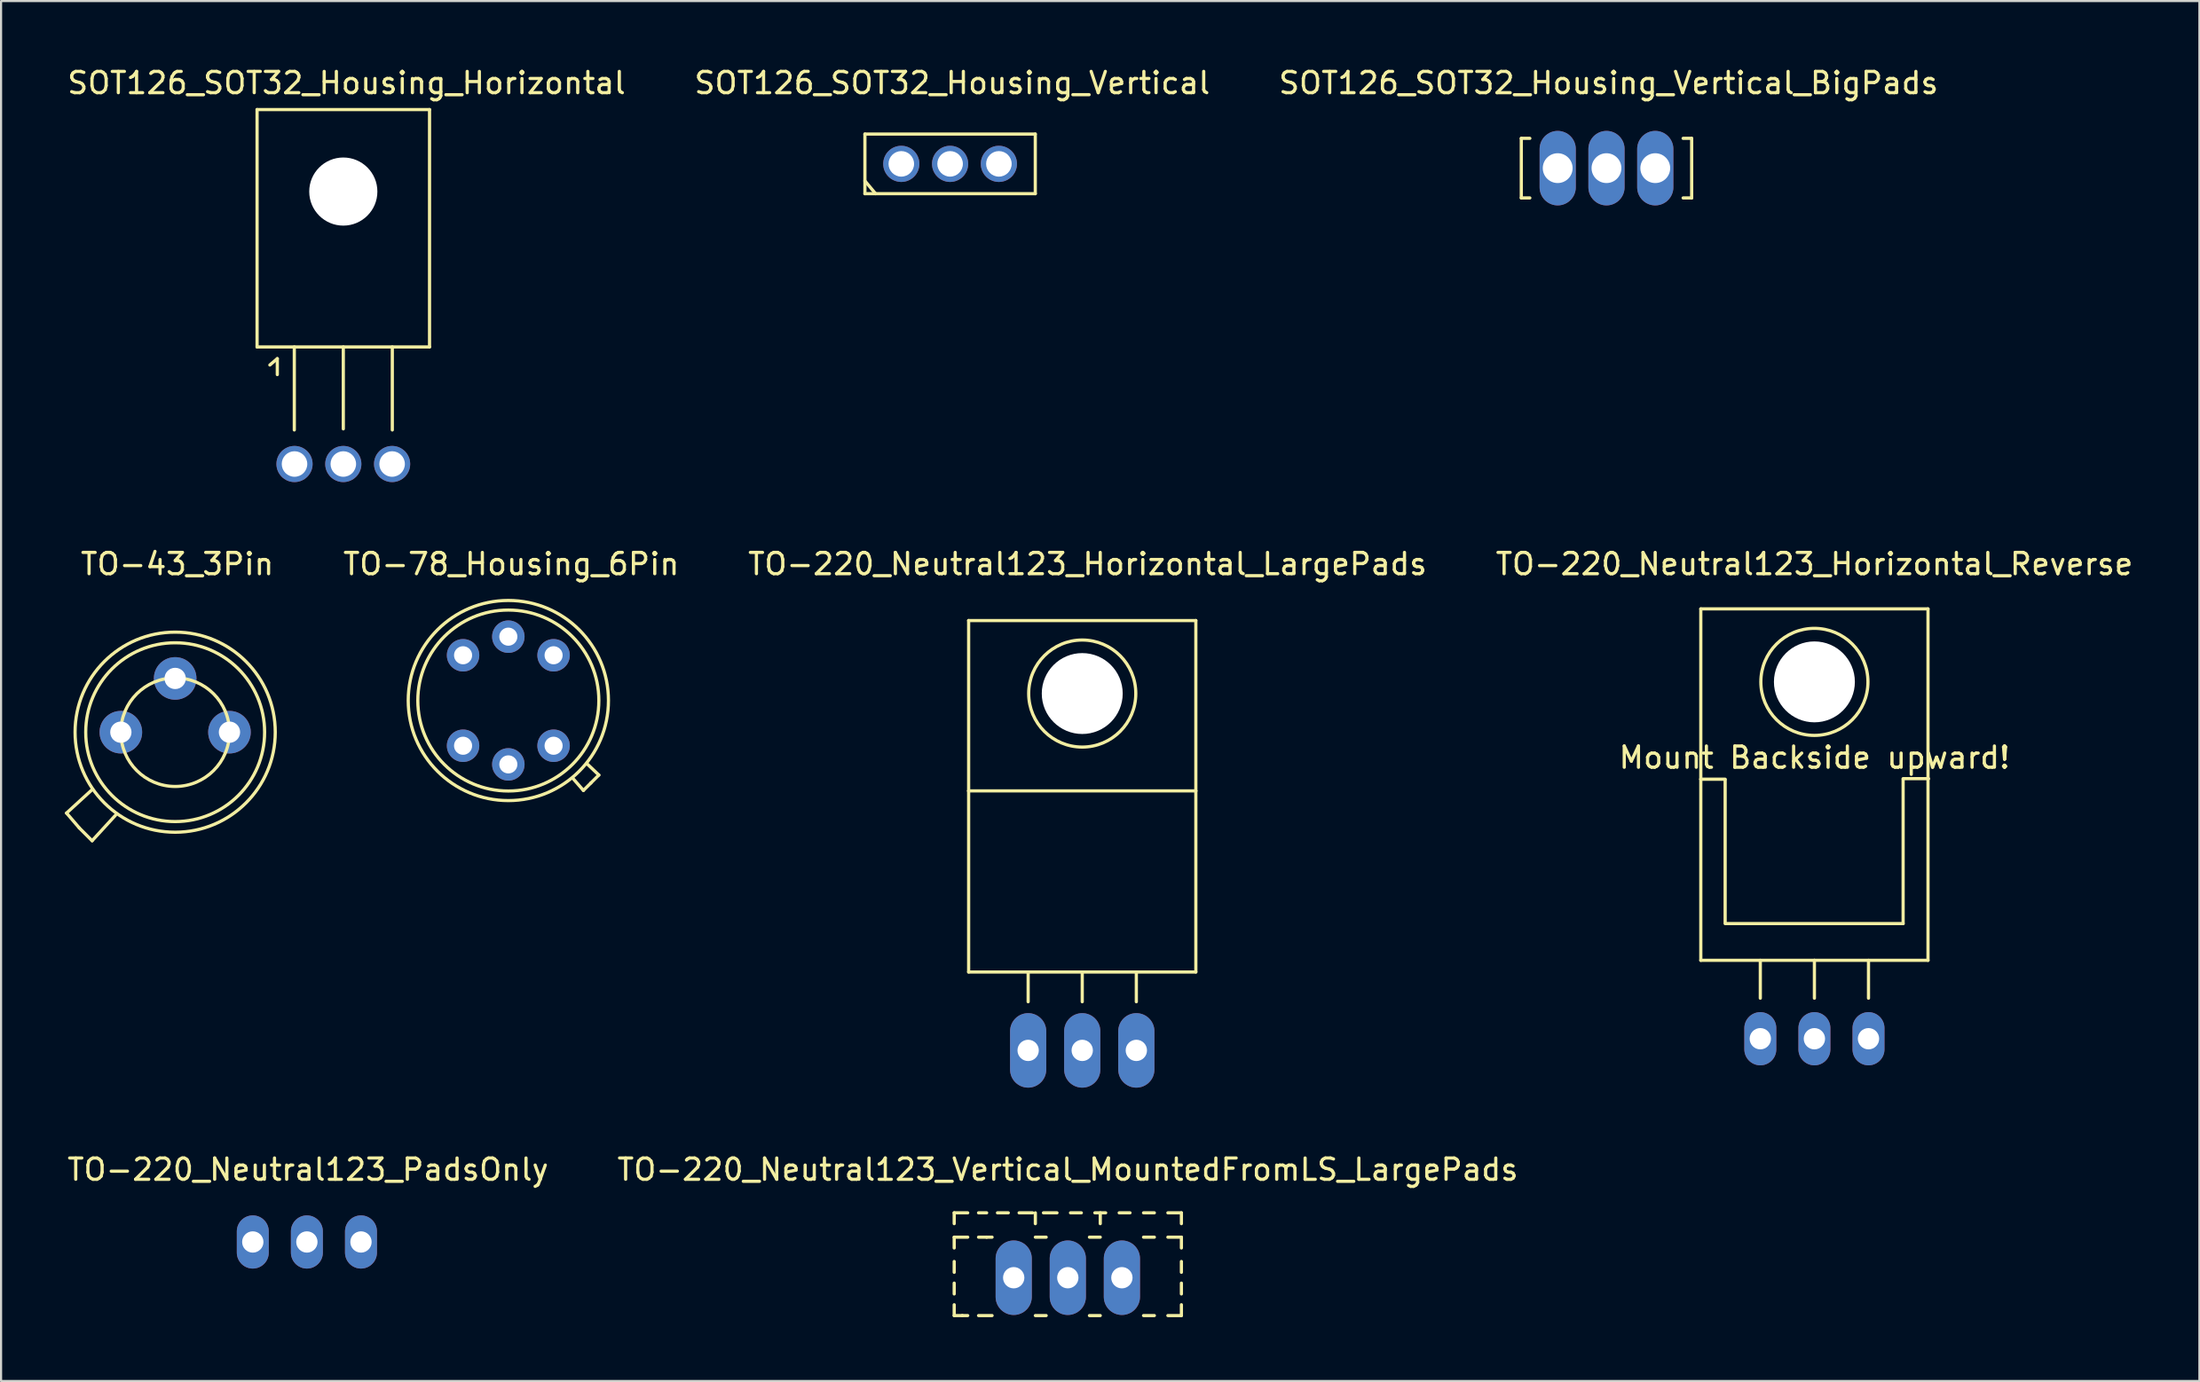
<source format=kicad_pcb>
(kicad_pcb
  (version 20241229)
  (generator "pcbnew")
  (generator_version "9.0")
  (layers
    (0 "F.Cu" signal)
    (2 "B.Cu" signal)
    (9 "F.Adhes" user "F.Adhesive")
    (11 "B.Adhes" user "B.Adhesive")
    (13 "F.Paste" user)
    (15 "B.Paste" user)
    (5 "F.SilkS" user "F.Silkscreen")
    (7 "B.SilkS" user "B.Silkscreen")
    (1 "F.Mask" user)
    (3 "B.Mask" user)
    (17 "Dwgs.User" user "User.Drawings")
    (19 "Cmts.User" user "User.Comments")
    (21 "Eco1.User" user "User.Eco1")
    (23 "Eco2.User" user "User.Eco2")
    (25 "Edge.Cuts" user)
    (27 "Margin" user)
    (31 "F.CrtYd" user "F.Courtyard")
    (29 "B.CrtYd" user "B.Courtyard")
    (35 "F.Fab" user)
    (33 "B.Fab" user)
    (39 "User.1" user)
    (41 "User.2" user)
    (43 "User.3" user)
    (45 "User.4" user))
  (footprint "SOT126_SOT32_Housing_Vertical"
    (layer "F.Cu")
    (at 41.562 4.648)
    (property "Reference" "SOT126_SOT32_Housing_Vertical" (at 0.099 -3.8 0) (layer "F.SilkS") (effects (font (size 1 1) (thickness 0.15))))
    (attr through_hole)
    (fp_line (start -4 -1.4) (end -4 1.4) (stroke (width 0.15) (type solid)) (layer "F.SilkS"))
    (fp_line (start -4 -1.4) (end 4 -1.4) (stroke (width 0.15) (type solid)) (layer "F.SilkS"))
    (fp_line (start -4 0.8) (end -3.5 1.4) (stroke (width 0.15) (type solid)) (layer "F.SilkS"))
    (fp_line (start -4 1.4) (end 4 1.4) (stroke (width 0.15) (type solid)) (layer "F.SilkS"))
    (fp_line (start 4 -1.4) (end 4 1.4) (stroke (width 0.15) (type solid)) (layer "F.SilkS"))
    (pad "1" thru_hole circle (at -2.291 0) (size 1.699 1.699) (drill 1.199) (layers "*.Cu" "*.Mask"))
    (pad "2" thru_hole circle (at 0 0) (size 1.699 1.699) (drill 1.199) (layers "*.Cu" "*.Mask"))
    (pad "3" thru_hole circle (at 2.291 0) (size 1.699 1.699) (drill 1.199) (layers "*.Cu" "*.Mask")))
  (footprint "TO-78_Housing_6Pin"
    (layer "F.Cu")
    (at 20.806 29.921)
    (property "Reference" "TO-78_Housing_6Pin" (at 0.15 -6.475 0) (layer "F.SilkS") (effects (font (size 1 1) (thickness 0.15))))
    (attr through_hole)
    (fp_line (start 3.538 4.162) (end 3.038 3.587) (stroke (width 0.15) (type solid)) (layer "F.SilkS"))
    (fp_line (start 3.888 3.812) (end 3.538 4.162) (stroke (width 0.15) (type solid)) (layer "F.SilkS"))
    (fp_line (start 3.888 3.812) (end 4.263 3.438) (stroke (width 0.15) (type solid)) (layer "F.SilkS"))
    (fp_line (start 4.263 3.438) (end 3.712 2.913) (stroke (width 0.15) (type solid)) (layer "F.SilkS"))
    (fp_circle (center 0.013 -0.062) (end 0.013 -4.763) (stroke (width 0.15) (type solid)) (fill no) (layer "F.SilkS"))
    (fp_circle (center 0.013 -0.062) (end 0.013 -4.312) (stroke (width 0.15) (type solid)) (fill no) (layer "F.SilkS"))
    (pad "2" thru_hole circle (at 2.138 -2.188 90) (size 1.524 1.524) (drill 0.85) (layers "*.Cu" "*.Mask"))
    (pad "3" thru_hole circle (at 0.013 -3.062 90) (size 1.524 1.524) (drill 0.85) (layers "*.Cu" "*.Mask"))
    (pad "4" thru_hole circle (at -2.112 -2.188 90) (size 1.524 1.524) (drill 0.85) (layers "*.Cu" "*.Mask"))
    (pad "6" thru_hole circle (at -2.112 2.062 90) (size 1.524 1.524) (drill 0.85) (layers "*.Cu" "*.Mask"))
    (pad "7" thru_hole circle (at 0.013 2.938 90) (size 1.524 1.524) (drill 0.85) (layers "*.Cu" "*.Mask"))
    (pad "8" thru_hole circle (at 2.138 2.062 90) (size 1.524 1.524) (drill 0.85) (layers "*.Cu" "*.Mask")))
  (footprint "TO-220_Neutral123_Vertical_MountedFromLS_LargePads"
    (layer "F.Cu")
    (at 47.089 56.974)
    (property "Reference" "TO-220_Neutral123_Vertical_MountedFromLS_LargePads" (at 0 -5.08 0) (layer "F.SilkS") (effects (font (size 1 1) (thickness 0.15))))
    (attr through_hole)
    (fp_line (start -5.334 -3.048) (end -4.699 -3.048) (stroke (width 0.15) (type solid)) (layer "F.SilkS"))
    (fp_line (start -5.334 -2.54) (end -5.334 -3.048) (stroke (width 0.15) (type solid)) (layer "F.SilkS"))
    (fp_line (start -5.334 -1.397) (end -5.334 -1.905) (stroke (width 0.15) (type solid)) (layer "F.SilkS"))
    (fp_line (start -5.334 -0.254) (end -5.334 -0.762) (stroke (width 0.15) (type solid)) (layer "F.SilkS"))
    (fp_line (start -5.334 0.762) (end -5.334 0.254) (stroke (width 0.15) (type solid)) (layer "F.SilkS"))
    (fp_line (start -5.334 1.778) (end -5.334 1.27) (stroke (width 0.15) (type solid)) (layer "F.SilkS"))
    (fp_line (start -5.334 1.778) (end -4.953 1.778) (stroke (width 0.15) (type solid)) (layer "F.SilkS"))
    (fp_line (start -4.953 1.778) (end -4.699 1.778) (stroke (width 0.15) (type solid)) (layer "F.SilkS"))
    (fp_line (start -4.699 -1.905) (end -5.334 -1.905) (stroke (width 0.15) (type solid)) (layer "F.SilkS"))
    (fp_line (start -4.191 -3.048) (end -3.81 -3.048) (stroke (width 0.15) (type solid)) (layer "F.SilkS"))
    (fp_line (start -3.81 -1.905) (end -4.191 -1.905) (stroke (width 0.15) (type solid)) (layer "F.SilkS"))
    (fp_line (start -3.81 -1.905) (end -3.556 -1.905) (stroke (width 0.15) (type solid)) (layer "F.SilkS"))
    (fp_line (start -3.556 1.778) (end -4.191 1.778) (stroke (width 0.15) (type solid)) (layer "F.SilkS"))
    (fp_line (start -3.302 -3.048) (end -2.794 -3.048) (stroke (width 0.15) (type solid)) (layer "F.SilkS"))
    (fp_line (start -2.286 -3.048) (end -1.651 -3.048) (stroke (width 0.15) (type solid)) (layer "F.SilkS"))
    (fp_line (start -1.524 -3.048) (end -1.524 -2.54) (stroke (width 0.15) (type solid)) (layer "F.SilkS"))
    (fp_line (start -1.524 -1.905) (end -1.016 -1.905) (stroke (width 0.15) (type solid)) (layer "F.SilkS"))
    (fp_line (start -1.143 -3.048) (end -0.508 -3.048) (stroke (width 0.15) (type solid)) (layer "F.SilkS"))
    (fp_line (start -1.016 1.778) (end -1.524 1.778) (stroke (width 0.15) (type solid)) (layer "F.SilkS"))
    (fp_line (start 0.127 -3.048) (end 0.635 -3.048) (stroke (width 0.15) (type solid)) (layer "F.SilkS"))
    (fp_line (start 1.016 -1.905) (end 1.524 -1.905) (stroke (width 0.15) (type solid)) (layer "F.SilkS"))
    (fp_line (start 1.27 -3.048) (end 1.778 -3.048) (stroke (width 0.15) (type solid)) (layer "F.SilkS"))
    (fp_line (start 1.524 -3.048) (end 1.524 -2.54) (stroke (width 0.15) (type solid)) (layer "F.SilkS"))
    (fp_line (start 1.524 1.778) (end 1.016 1.778) (stroke (width 0.15) (type solid)) (layer "F.SilkS"))
    (fp_line (start 2.413 -3.048) (end 2.921 -3.048) (stroke (width 0.15) (type solid)) (layer "F.SilkS"))
    (fp_line (start 3.556 -3.048) (end 4.064 -3.048) (stroke (width 0.15) (type solid)) (layer "F.SilkS"))
    (fp_line (start 3.556 -1.905) (end 4.064 -1.905) (stroke (width 0.15) (type solid)) (layer "F.SilkS"))
    (fp_line (start 3.556 1.778) (end 4.064 1.778) (stroke (width 0.15) (type solid)) (layer "F.SilkS"))
    (fp_line (start 4.699 -3.048) (end 5.334 -3.048) (stroke (width 0.15) (type solid)) (layer "F.SilkS"))
    (fp_line (start 4.699 -1.905) (end 5.334 -1.905) (stroke (width 0.15) (type solid)) (layer "F.SilkS"))
    (fp_line (start 4.699 1.778) (end 5.334 1.778) (stroke (width 0.15) (type solid)) (layer "F.SilkS"))
    (fp_line (start 5.334 -3.048) (end 5.334 -2.54) (stroke (width 0.15) (type solid)) (layer "F.SilkS"))
    (fp_line (start 5.334 -1.905) (end 5.334 -1.397) (stroke (width 0.15) (type solid)) (layer "F.SilkS"))
    (fp_line (start 5.334 -0.762) (end 5.334 -0.254) (stroke (width 0.15) (type solid)) (layer "F.SilkS"))
    (fp_line (start 5.334 0.254) (end 5.334 0.762) (stroke (width 0.15) (type solid)) (layer "F.SilkS"))
    (fp_line (start 5.334 1.27) (end 5.334 1.778) (stroke (width 0.15) (type solid)) (layer "F.SilkS"))
    (pad "1" thru_hole oval (at 2.54 0 90) (size 3.5 1.699) (drill 1.001) (layers "*.Cu" "*.Mask"))
    (pad "2" thru_hole oval (at 0 0 90) (size 3.5 1.699) (drill 1.001) (layers "*.Cu" "*.Mask"))
    (pad "3" thru_hole oval (at -2.54 0 90) (size 3.5 1.699) (drill 1.001) (layers "*.Cu" "*.Mask")))
  (footprint "TO-220_Neutral123_Horizontal_Reverse"
    (layer "F.Cu")
    (at 82.146 45.747)
    (property "Reference" "TO-220_Neutral123_Horizontal_Reverse" (at 0 -22.301 0) (layer "F.SilkS") (effects (font (size 1 1) (thickness 0.15))))
    (attr through_hole)
    (fp_line (start -5.334 -20.193) (end -5.334 -12.192) (stroke (width 0.15) (type solid)) (layer "F.SilkS"))
    (fp_line (start -5.334 -12.192) (end -5.334 -3.683) (stroke (width 0.15) (type solid)) (layer "F.SilkS"))
    (fp_line (start -4.191 -12.192) (end -5.334 -12.192) (stroke (width 0.15) (type solid)) (layer "F.SilkS"))
    (fp_line (start -4.191 -5.41) (end -4.191 -12.167) (stroke (width 0.15) (type solid)) (layer "F.SilkS"))
    (fp_line (start -2.54 -3.683) (end -2.54 -1.905) (stroke (width 0.15) (type solid)) (layer "F.SilkS"))
    (fp_line (start 0 -3.683) (end -5.334 -3.683) (stroke (width 0.15) (type solid)) (layer "F.SilkS"))
    (fp_line (start 0 -3.683) (end 0 -1.905) (stroke (width 0.15) (type solid)) (layer "F.SilkS"))
    (fp_line (start 0 -3.683) (end 5.334 -3.683) (stroke (width 0.15) (type solid)) (layer "F.SilkS"))
    (fp_line (start 2.54 -3.683) (end 2.54 -1.905) (stroke (width 0.15) (type solid)) (layer "F.SilkS"))
    (fp_line (start 4.166 -12.217) (end 5.359 -12.217) (stroke (width 0.15) (type solid)) (layer "F.SilkS"))
    (fp_line (start 4.166 -12.192) (end 4.166 -5.41) (stroke (width 0.15) (type solid)) (layer "F.SilkS"))
    (fp_line (start 4.166 -5.41) (end -4.166 -5.41) (stroke (width 0.15) (type solid)) (layer "F.SilkS"))
    (fp_line (start 5.334 -20.193) (end -5.334 -20.193) (stroke (width 0.15) (type solid)) (layer "F.SilkS"))
    (fp_line (start 5.334 -12.192) (end 5.334 -20.193) (stroke (width 0.15) (type solid)) (layer "F.SilkS"))
    (fp_line (start 5.334 -3.683) (end 5.334 -12.192) (stroke (width 0.15) (type solid)) (layer "F.SilkS"))
    (fp_circle (center 0 -16.764) (end 1.778 -14.986) (stroke (width 0.15) (type solid)) (fill no) (layer "F.SilkS"))
    (fp_text user "Mount Backside upward!" (at 0 -13.208 0) (layer "F.SilkS") (effects (font (size 1 1) (thickness 0.15))))
    (pad "" np_thru_hole circle (at 0 -16.764 90) (size 3.8 3.8) (drill 3.8) (layers "*.Cu" "*.Mask"))
    (pad "1" thru_hole oval (at 2.54 0 90) (size 2.499 1.501) (drill 1.001) (layers "*.Cu" "*.Mask"))
    (pad "2" thru_hole oval (at 0 0 90) (size 2.499 1.501) (drill 1.001) (layers "*.Cu" "*.Mask"))
    (pad "3" thru_hole oval (at -2.54 0 90) (size 2.499 1.501) (drill 1.001) (layers "*.Cu" "*.Mask")))
  (footprint "TO-220_Neutral123_Horizontal_LargePads"
    (layer "F.Cu")
    (at 47.767 46.295)
    (property "Reference" "TO-220_Neutral123_Horizontal_LargePads" (at 0.249 -22.85 0) (layer "F.SilkS") (effects (font (size 1 1) (thickness 0.15))))
    (attr through_hole)
    (fp_line (start -5.334 -20.193) (end -5.334 -12.192) (stroke (width 0.15) (type solid)) (layer "F.SilkS"))
    (fp_line (start -5.334 -12.192) (end -5.334 -3.683) (stroke (width 0.15) (type solid)) (layer "F.SilkS"))
    (fp_line (start -2.54 -3.683) (end -2.54 -2.286) (stroke (width 0.15) (type solid)) (layer "F.SilkS"))
    (fp_line (start 0 -3.683) (end -5.334 -3.683) (stroke (width 0.15) (type solid)) (layer "F.SilkS"))
    (fp_line (start 0 -3.683) (end 0 -2.286) (stroke (width 0.15) (type solid)) (layer "F.SilkS"))
    (fp_line (start 0 -3.683) (end 5.334 -3.683) (stroke (width 0.15) (type solid)) (layer "F.SilkS"))
    (fp_line (start 2.54 -3.683) (end 2.54 -2.286) (stroke (width 0.15) (type solid)) (layer "F.SilkS"))
    (fp_line (start 5.334 -20.193) (end -5.334 -20.193) (stroke (width 0.15) (type solid)) (layer "F.SilkS"))
    (fp_line (start 5.334 -12.192) (end -5.334 -12.192) (stroke (width 0.15) (type solid)) (layer "F.SilkS"))
    (fp_line (start 5.334 -12.192) (end 5.334 -20.193) (stroke (width 0.15) (type solid)) (layer "F.SilkS"))
    (fp_line (start 5.334 -3.683) (end 5.334 -12.192) (stroke (width 0.15) (type solid)) (layer "F.SilkS"))
    (fp_circle (center 0 -16.764) (end 1.778 -14.986) (stroke (width 0.15) (type solid)) (fill no) (layer "F.SilkS"))
    (pad "" np_thru_hole circle (at 0 -16.764 90) (size 3.8 3.8) (drill 3.8) (layers "*.Cu" "*.Mask"))
    (pad "1" thru_hole oval (at -2.54 0 90) (size 3.5 1.699) (drill 1.001) (layers "*.Cu" "*.Mask"))
    (pad "2" thru_hole oval (at 0 0 90) (size 3.5 1.699) (drill 1.001) (layers "*.Cu" "*.Mask"))
    (pad "3" thru_hole oval (at 2.54 0 90) (size 3.5 1.699) (drill 1.001) (layers "*.Cu" "*.Mask")))
  (footprint "SOT126_SOT32_Housing_Vertical_BigPads"
    (layer "F.Cu")
    (at 72.383 4.849)
    (property "Reference" "SOT126_SOT32_Housing_Vertical_BigPads" (at 0.099 -4 0) (layer "F.SilkS") (effects (font (size 1 1) (thickness 0.15))))
    (attr through_hole)
    (fp_line (start -4 -1.4) (end -4 1.4) (stroke (width 0.15) (type solid)) (layer "F.SilkS"))
    (fp_line (start -4 -1.4) (end -3.599 -1.4) (stroke (width 0.15) (type solid)) (layer "F.SilkS"))
    (fp_line (start -4 1.4) (end -3.599 1.4) (stroke (width 0.15) (type solid)) (layer "F.SilkS"))
    (fp_line (start 4 -1.4) (end 3.599 -1.4) (stroke (width 0.15) (type solid)) (layer "F.SilkS"))
    (fp_line (start 4 -1.4) (end 4 1.4) (stroke (width 0.15) (type solid)) (layer "F.SilkS"))
    (fp_line (start 4 1.4) (end 3.599 1.4) (stroke (width 0.15) (type solid)) (layer "F.SilkS"))
    (pad "1" thru_hole oval (at -2.291 0) (size 1.699 3.5) (drill 1.4) (layers "*.Cu" "*.Mask"))
    (pad "2" thru_hole oval (at 0 0) (size 1.699 3.5) (drill 1.4) (layers "*.Cu" "*.Mask"))
    (pad "3" thru_hole oval (at 2.291 0) (size 1.699 3.5) (drill 1.4) (layers "*.Cu" "*.Mask")))
  (footprint "TO-43_3Pin"
    (layer "F.Cu")
    (at 5.175 31.346)
    (property "Reference" "TO-43_3Pin" (at 0.1 -7.9 0) (layer "F.SilkS") (effects (font (size 1 1) (thickness 0.15))))
    (attr through_hole)
    (fp_line (start -5.1 3.8) (end -3.9 2.7) (stroke (width 0.15) (type solid)) (layer "F.SilkS"))
    (fp_line (start -4.5 4.5) (end -5.1 3.8) (stroke (width 0.15) (type solid)) (layer "F.SilkS"))
    (fp_line (start -4.5 4.5) (end -3.9 5.1) (stroke (width 0.15) (type solid)) (layer "F.SilkS"))
    (fp_line (start -3.9 5.1) (end -2.8 3.9) (stroke (width 0.15) (type solid)) (layer "F.SilkS"))
    (fp_circle (center 0 0) (end 2.55 0) (stroke (width 0.15) (type solid)) (fill no) (layer "F.SilkS"))
    (fp_circle (center 0 0) (end 4.2 0) (stroke (width 0.15) (type solid)) (fill no) (layer "F.SilkS"))
    (fp_circle (center 0 0) (end 4.7 0) (stroke (width 0.15) (type solid)) (fill no) (layer "F.SilkS"))
    (pad "1" thru_hole circle (at -2.55 0) (size 2 2) (drill 1) (layers "*.Cu" "*.Mask"))
    (pad "2" thru_hole circle (at 0 -2.525) (size 2 2) (drill 1) (layers "*.Cu" "*.Mask"))
    (pad "3" thru_hole circle (at 2.55 0) (size 2 2) (drill 1) (layers "*.Cu" "*.Mask")))
  (footprint "TO-220_Neutral123_PadsOnly"
    (layer "F.Cu")
    (at 11.36 55.295)
    (property "Reference" "TO-220_Neutral123_PadsOnly" (at 0.051 -3.401 0) (layer "F.SilkS") (effects (font (size 1 1) (thickness 0.15))))
    (attr through_hole)
    (pad "1" thru_hole oval (at -2.54 0 90) (size 2.499 1.501) (drill 1.001) (layers "*.Cu" "*.Mask"))
    (pad "2" thru_hole oval (at 0 0 90) (size 2.499 1.501) (drill 1.001) (layers "*.Cu" "*.Mask"))
    (pad "3" thru_hole oval (at 2.54 0 90) (size 2.499 1.501) (drill 1.001) (layers "*.Cu" "*.Mask")))
  (footprint "SOT126_SOT32_Housing_Horizontal"
    (layer "F.Cu")
    (at 13.07 18.748)
    (property "Reference" "SOT126_SOT32_Housing_Horizontal" (at 0.15 -17.899 0) (layer "F.SilkS") (effects (font (size 1 1) (thickness 0.15))))
    (attr through_hole)
    (fp_line (start -4.049 -16.65) (end -4.049 -5.499) (stroke (width 0.15) (type solid)) (layer "F.SilkS"))
    (fp_line (start -3.449 -4.651) (end -3.099 -4.95) (stroke (width 0.15) (type solid)) (layer "F.SilkS"))
    (fp_line (start -3.099 -4.95) (end -3.099 -4.201) (stroke (width 0.15) (type solid)) (layer "F.SilkS"))
    (fp_line (start -2.301 -5.499) (end -2.301 -1.6) (stroke (width 0.15) (type solid)) (layer "F.SilkS"))
    (fp_line (start 0 -5.499) (end 0 -1.651) (stroke (width 0.15) (type solid)) (layer "F.SilkS"))
    (fp_line (start 2.301 -5.499) (end 2.301 -1.6) (stroke (width 0.15) (type solid)) (layer "F.SilkS"))
    (fp_line (start 4.049 -16.65) (end -4.049 -16.65) (stroke (width 0.15) (type solid)) (layer "F.SilkS"))
    (fp_line (start 4.049 -5.499) (end -4.049 -5.499) (stroke (width 0.15) (type solid)) (layer "F.SilkS"))
    (fp_line (start 4.049 -5.499) (end 4.049 -16.65) (stroke (width 0.15) (type solid)) (layer "F.SilkS"))
    (pad "" np_thru_hole circle (at 0 -12.799) (size 3.2 3.2) (drill 3.2) (layers "*.Cu" "*.Mask"))
    (pad "1" thru_hole circle (at -2.291 0) (size 1.699 1.699) (drill 1.199) (layers "*.Cu" "*.Mask"))
    (pad "2" thru_hole circle (at 0 0) (size 1.699 1.699) (drill 1.199) (layers "*.Cu" "*.Mask"))
    (pad "3" thru_hole circle (at 2.291 0) (size 1.699 1.699) (drill 1.199) (layers "*.Cu" "*.Mask")))
  (gr_rect
    (start -3 -3)
    (end 100.224 61.827)
    (stroke (width 0.1) (type default))
    (fill no)
    (layer "Edge.Cuts")))
</source>
